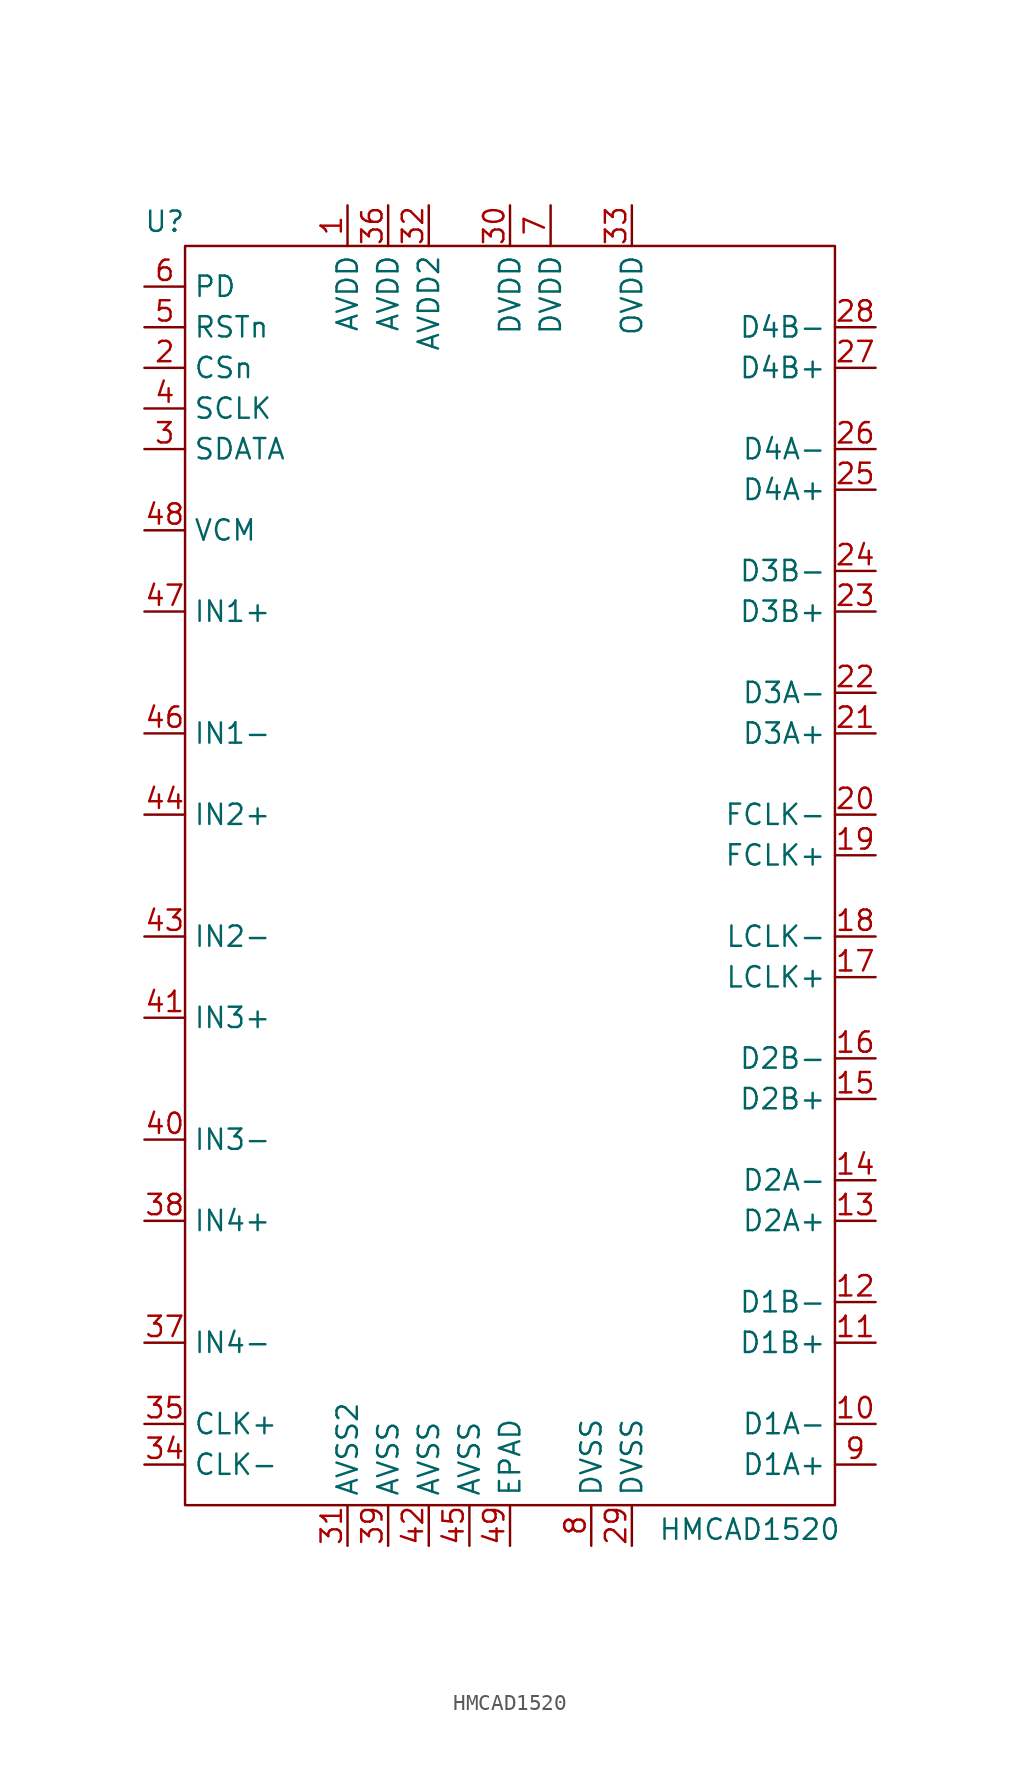
<source format=kicad_sym>
(kicad_symbol_lib
  (version 20231120)
  (generator "kicad_symbol_editor")
  (generator_version "8.0")
  (symbol "HMCAD1520"
    (property "Reference" "U"
      (at 1.27 -1.016 0)
      (effects (font (size 1.27 1.27))))
    (property "Value" "HMCAD1520"
      (at 37.846 -82.804 0)
      (effects (font (size 1.27 1.27))))
    (symbol "HMCAD1520_0_1"
      (rectangle (start 2.54 -2.54) (end 43.18 -81.28) (stroke (width 0) (type default)) (fill (type none))))
    (symbol "HMCAD1520_1_1"
      (pin power_in line (at 12.7 0 270) (length 2.54) (name "AVDD" (effects (font (size 1.27 1.27)))) (number "1" (effects (font (size 1.27 1.27)))))
      (pin output line (at 45.72 -76.2 180) (length 2.54) (name "D1A-" (effects (font (size 1.27 1.27)))) (number "10" (effects (font (size 1.27 1.27)))))
      (pin output line (at 45.72 -71.12 180) (length 2.54) (name "D1B+" (effects (font (size 1.27 1.27)))) (number "11" (effects (font (size 1.27 1.27)))))
      (pin output line (at 45.72 -68.58 180) (length 2.54) (name "D1B-" (effects (font (size 1.27 1.27)))) (number "12" (effects (font (size 1.27 1.27)))))
      (pin output line (at 45.72 -63.5 180) (length 2.54) (name "D2A+" (effects (font (size 1.27 1.27)))) (number "13" (effects (font (size 1.27 1.27)))))
      (pin output line (at 45.72 -60.96 180) (length 2.54) (name "D2A-" (effects (font (size 1.27 1.27)))) (number "14" (effects (font (size 1.27 1.27)))))
      (pin output line (at 45.72 -55.88 180) (length 2.54) (name "D2B+" (effects (font (size 1.27 1.27)))) (number "15" (effects (font (size 1.27 1.27)))))
      (pin output line (at 45.72 -53.34 180) (length 2.54) (name "D2B-" (effects (font (size 1.27 1.27)))) (number "16" (effects (font (size 1.27 1.27)))))
      (pin output line (at 45.72 -48.26 180) (length 2.54) (name "LCLK+" (effects (font (size 1.27 1.27)))) (number "17" (effects (font (size 1.27 1.27)))))
      (pin output line (at 45.72 -45.72 180) (length 2.54) (name "LCLK-" (effects (font (size 1.27 1.27)))) (number "18" (effects (font (size 1.27 1.27)))))
      (pin output line (at 45.72 -40.64 180) (length 2.54) (name "FCLK+" (effects (font (size 1.27 1.27)))) (number "19" (effects (font (size 1.27 1.27)))))
      (pin input line (at 0 -10.16 0) (length 2.54) (name "CSn" (effects (font (size 1.27 1.27)))) (number "2" (effects (font (size 1.27 1.27)))))
      (pin output line (at 45.72 -38.1 180) (length 2.54) (name "FCLK-" (effects (font (size 1.27 1.27)))) (number "20" (effects (font (size 1.27 1.27)))))
      (pin output line (at 45.72 -33.02 180) (length 2.54) (name "D3A+" (effects (font (size 1.27 1.27)))) (number "21" (effects (font (size 1.27 1.27)))))
      (pin output line (at 45.72 -30.48 180) (length 2.54) (name "D3A-" (effects (font (size 1.27 1.27)))) (number "22" (effects (font (size 1.27 1.27)))))
      (pin output line (at 45.72 -25.4 180) (length 2.54) (name "D3B+" (effects (font (size 1.27 1.27)))) (number "23" (effects (font (size 1.27 1.27)))))
      (pin output line (at 45.72 -22.86 180) (length 2.54) (name "D3B-" (effects (font (size 1.27 1.27)))) (number "24" (effects (font (size 1.27 1.27)))))
      (pin output line (at 45.72 -17.78 180) (length 2.54) (name "D4A+" (effects (font (size 1.27 1.27)))) (number "25" (effects (font (size 1.27 1.27)))))
      (pin output line (at 45.72 -15.24 180) (length 2.54) (name "D4A-" (effects (font (size 1.27 1.27)))) (number "26" (effects (font (size 1.27 1.27)))))
      (pin output line (at 45.72 -10.16 180) (length 2.54) (name "D4B+" (effects (font (size 1.27 1.27)))) (number "27" (effects (font (size 1.27 1.27)))))
      (pin output line (at 45.72 -7.62 180) (length 2.54) (name "D4B-" (effects (font (size 1.27 1.27)))) (number "28" (effects (font (size 1.27 1.27)))))
      (pin power_in line (at 30.48 -83.82 90) (length 2.54) (name "DVSS" (effects (font (size 1.27 1.27)))) (number "29" (effects (font (size 1.27 1.27)))))
      (pin bidirectional line (at 0 -15.24 0) (length 2.54) (name "SDATA" (effects (font (size 1.27 1.27)))) (number "3" (effects (font (size 1.27 1.27)))))
      (pin power_in line (at 22.86 0 270) (length 2.54) (name "DVDD" (effects (font (size 1.27 1.27)))) (number "30" (effects (font (size 1.27 1.27)))))
      (pin power_in line (at 12.7 -83.82 90) (length 2.54) (name "AVSS2" (effects (font (size 1.27 1.27)))) (number "31" (effects (font (size 1.27 1.27)))))
      (pin power_in line (at 17.78 0 270) (length 2.54) (name "AVDD2" (effects (font (size 1.27 1.27)))) (number "32" (effects (font (size 1.27 1.27)))))
      (pin power_in line (at 30.48 0 270) (length 2.54) (name "OVDD" (effects (font (size 1.27 1.27)))) (number "33" (effects (font (size 1.27 1.27)))))
      (pin input line (at 0 -78.74 0) (length 2.54) (name "CLK-" (effects (font (size 1.27 1.27)))) (number "34" (effects (font (size 1.27 1.27)))))
      (pin input line (at 0 -76.2 0) (length 2.54) (name "CLK+" (effects (font (size 1.27 1.27)))) (number "35" (effects (font (size 1.27 1.27)))))
      (pin power_in line (at 15.24 0 270) (length 2.54) (name "AVDD" (effects (font (size 1.27 1.27)))) (number "36" (effects (font (size 1.27 1.27)))))
      (pin input line (at 0 -71.12 0) (length 2.54) (name "IN4-" (effects (font (size 1.27 1.27)))) (number "37" (effects (font (size 1.27 1.27)))))
      (pin input line (at 0 -63.5 0) (length 2.54) (name "IN4+" (effects (font (size 1.27 1.27)))) (number "38" (effects (font (size 1.27 1.27)))))
      (pin power_in line (at 15.24 -83.82 90) (length 2.54) (name "AVSS" (effects (font (size 1.27 1.27)))) (number "39" (effects (font (size 1.27 1.27)))))
      (pin input line (at 0 -12.7 0) (length 2.54) (name "SCLK" (effects (font (size 1.27 1.27)))) (number "4" (effects (font (size 1.27 1.27)))))
      (pin input line (at 0 -58.42 0) (length 2.54) (name "IN3-" (effects (font (size 1.27 1.27)))) (number "40" (effects (font (size 1.27 1.27)))))
      (pin input line (at 0 -50.8 0) (length 2.54) (name "IN3+" (effects (font (size 1.27 1.27)))) (number "41" (effects (font (size 1.27 1.27)))))
      (pin power_in line (at 17.78 -83.82 90) (length 2.54) (name "AVSS" (effects (font (size 1.27 1.27)))) (number "42" (effects (font (size 1.27 1.27)))))
      (pin input line (at 0 -45.72 0) (length 2.54) (name "IN2-" (effects (font (size 1.27 1.27)))) (number "43" (effects (font (size 1.27 1.27)))))
      (pin input line (at 0 -38.1 0) (length 2.54) (name "IN2+" (effects (font (size 1.27 1.27)))) (number "44" (effects (font (size 1.27 1.27)))))
      (pin power_in line (at 20.32 -83.82 90) (length 2.54) (name "AVSS" (effects (font (size 1.27 1.27)))) (number "45" (effects (font (size 1.27 1.27)))))
      (pin input line (at 0 -33.02 0) (length 2.54) (name "IN1-" (effects (font (size 1.27 1.27)))) (number "46" (effects (font (size 1.27 1.27)))))
      (pin input line (at 0 -25.4 0) (length 2.54) (name "IN1+" (effects (font (size 1.27 1.27)))) (number "47" (effects (font (size 1.27 1.27)))))
      (pin output line (at 0 -20.32 0) (length 2.54) (name "VCM" (effects (font (size 1.27 1.27)))) (number "48" (effects (font (size 1.27 1.27)))))
      (pin power_in line (at 22.86 -83.82 90) (length 2.54) (name "EPAD" (effects (font (size 1.27 1.27)))) (number "49" (effects (font (size 1.27 1.27)))))
      (pin input line (at 0 -7.62 0) (length 2.54) (name "RSTn" (effects (font (size 1.27 1.27)))) (number "5" (effects (font (size 1.27 1.27)))))
      (pin input line (at 0 -5.08 0) (length 2.54) (name "PD" (effects (font (size 1.27 1.27)))) (number "6" (effects (font (size 1.27 1.27)))))
      (pin power_in line (at 25.4 0 270) (length 2.54) (name "DVDD" (effects (font (size 1.27 1.27)))) (number "7" (effects (font (size 1.27 1.27)))))
      (pin power_in line (at 27.94 -83.82 90) (length 2.54) (name "DVSS" (effects (font (size 1.27 1.27)))) (number "8" (effects (font (size 1.27 1.27)))))
      (pin output line (at 45.72 -78.74 180) (length 2.54) (name "D1A+" (effects (font (size 1.27 1.27)))) (number "9" (effects (font (size 1.27 1.27))))))))
</source>
